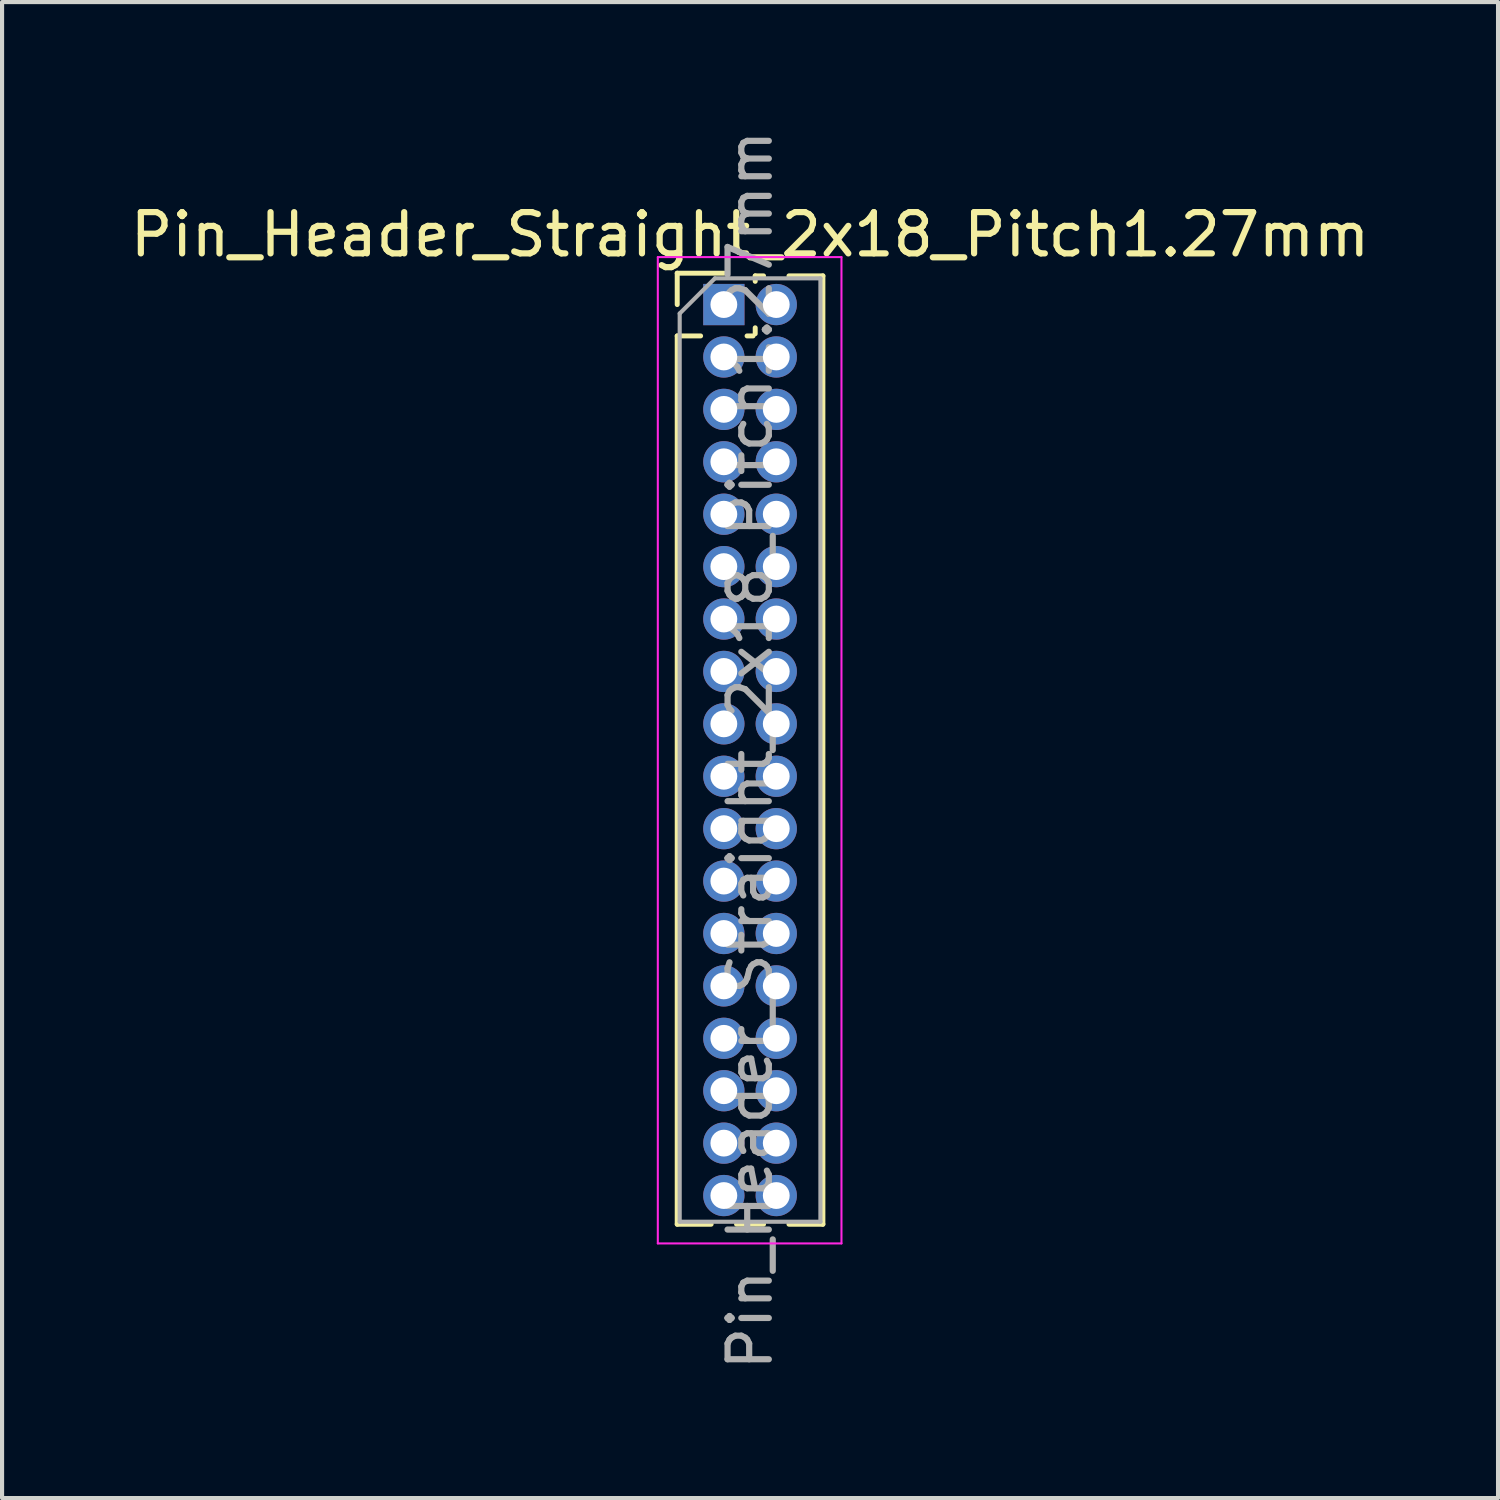
<source format=kicad_pcb>
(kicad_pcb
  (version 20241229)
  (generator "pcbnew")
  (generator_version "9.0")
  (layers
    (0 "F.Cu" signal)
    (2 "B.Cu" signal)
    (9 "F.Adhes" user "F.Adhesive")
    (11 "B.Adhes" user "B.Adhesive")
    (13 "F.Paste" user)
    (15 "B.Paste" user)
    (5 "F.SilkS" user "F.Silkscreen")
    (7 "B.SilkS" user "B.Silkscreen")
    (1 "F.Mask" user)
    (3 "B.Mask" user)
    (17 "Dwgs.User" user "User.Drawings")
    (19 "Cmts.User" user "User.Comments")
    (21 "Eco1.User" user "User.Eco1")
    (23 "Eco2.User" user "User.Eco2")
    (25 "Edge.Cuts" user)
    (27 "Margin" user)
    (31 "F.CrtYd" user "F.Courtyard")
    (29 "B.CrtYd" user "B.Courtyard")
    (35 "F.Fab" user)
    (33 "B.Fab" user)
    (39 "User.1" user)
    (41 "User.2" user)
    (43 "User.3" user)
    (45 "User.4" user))
  (footprint "Pin_Header_Straight_2x18_Pitch1.27mm"
    (layer "F.Cu")
    (at 14.49 4.33)
    (property "Reference" "Pin_Header_Straight_2x18_Pitch1.27mm" (at 0.635 -1.695 0) (layer "F.SilkS") (effects (font (size 1 1) (thickness 0.15))))
    (attr through_hole)
    (fp_line (start -1.13 -0.76) (end 0 -0.76) (stroke (width 0.12) (type solid)) (layer "F.SilkS"))
    (fp_line (start -1.13 0) (end -1.13 -0.76) (stroke (width 0.12) (type solid)) (layer "F.SilkS"))
    (fp_line (start -1.13 0.76) (end -1.13 22.285) (stroke (width 0.12) (type solid)) (layer "F.SilkS"))
    (fp_line (start -1.13 0.76) (end -0.563 0.76) (stroke (width 0.12) (type solid)) (layer "F.SilkS"))
    (fp_line (start -1.13 22.285) (end -0.308 22.285) (stroke (width 0.12) (type solid)) (layer "F.SilkS"))
    (fp_line (start 0.308 22.285) (end 0.962 22.285) (stroke (width 0.12) (type solid)) (layer "F.SilkS"))
    (fp_line (start 0.563 0.76) (end 0.707 0.76) (stroke (width 0.12) (type solid)) (layer "F.SilkS"))
    (fp_line (start 0.76 -0.695) (end 0.962 -0.695) (stroke (width 0.12) (type solid)) (layer "F.SilkS"))
    (fp_line (start 0.76 -0.563) (end 0.76 -0.695) (stroke (width 0.12) (type solid)) (layer "F.SilkS"))
    (fp_line (start 0.76 0.707) (end 0.76 0.563) (stroke (width 0.12) (type solid)) (layer "F.SilkS"))
    (fp_line (start 1.578 -0.695) (end 2.4 -0.695) (stroke (width 0.12) (type solid)) (layer "F.SilkS"))
    (fp_line (start 1.578 22.285) (end 2.4 22.285) (stroke (width 0.12) (type solid)) (layer "F.SilkS"))
    (fp_line (start 2.4 -0.695) (end 2.4 22.285) (stroke (width 0.12) (type solid)) (layer "F.SilkS"))
    (fp_line (start -1.6 -1.15) (end -1.6 22.75) (stroke (width 0.05) (type solid)) (layer "F.CrtYd"))
    (fp_line (start -1.6 22.75) (end 2.85 22.75) (stroke (width 0.05) (type solid)) (layer "F.CrtYd"))
    (fp_line (start 2.85 -1.15) (end -1.6 -1.15) (stroke (width 0.05) (type solid)) (layer "F.CrtYd"))
    (fp_line (start 2.85 22.75) (end 2.85 -1.15) (stroke (width 0.05) (type solid)) (layer "F.CrtYd"))
    (fp_line (start -1.07 0.217) (end -0.217 -0.635) (stroke (width 0.1) (type solid)) (layer "F.Fab"))
    (fp_line (start -1.07 22.225) (end -1.07 0.217) (stroke (width 0.1) (type solid)) (layer "F.Fab"))
    (fp_line (start -0.217 -0.635) (end 2.34 -0.635) (stroke (width 0.1) (type solid)) (layer "F.Fab"))
    (fp_line (start 2.34 -0.635) (end 2.34 22.225) (stroke (width 0.1) (type solid)) (layer "F.Fab"))
    (fp_line (start 2.34 22.225) (end -1.07 22.225) (stroke (width 0.1) (type solid)) (layer "F.Fab"))
    (fp_text user "${REFERENCE}" (at 0.635 10.795 90) (layer "F.Fab") (effects (font (size 1 1) (thickness 0.15))))
    (pad "1" thru_hole rect (at 0 0) (size 1 1) (drill 0.65) (layers "*.Cu" "*.Mask"))
    (pad "2" thru_hole oval (at 1.27 0) (size 1 1) (drill 0.65) (layers "*.Cu" "*.Mask"))
    (pad "3" thru_hole oval (at 0 1.27) (size 1 1) (drill 0.65) (layers "*.Cu" "*.Mask"))
    (pad "4" thru_hole oval (at 1.27 1.27) (size 1 1) (drill 0.65) (layers "*.Cu" "*.Mask"))
    (pad "5" thru_hole oval (at 0 2.54) (size 1 1) (drill 0.65) (layers "*.Cu" "*.Mask"))
    (pad "6" thru_hole oval (at 1.27 2.54) (size 1 1) (drill 0.65) (layers "*.Cu" "*.Mask"))
    (pad "7" thru_hole oval (at 0 3.81) (size 1 1) (drill 0.65) (layers "*.Cu" "*.Mask"))
    (pad "8" thru_hole oval (at 1.27 3.81) (size 1 1) (drill 0.65) (layers "*.Cu" "*.Mask"))
    (pad "9" thru_hole oval (at 0 5.08) (size 1 1) (drill 0.65) (layers "*.Cu" "*.Mask"))
    (pad "10" thru_hole oval (at 1.27 5.08) (size 1 1) (drill 0.65) (layers "*.Cu" "*.Mask"))
    (pad "11" thru_hole oval (at 0 6.35) (size 1 1) (drill 0.65) (layers "*.Cu" "*.Mask"))
    (pad "12" thru_hole oval (at 1.27 6.35) (size 1 1) (drill 0.65) (layers "*.Cu" "*.Mask"))
    (pad "13" thru_hole oval (at 0 7.62) (size 1 1) (drill 0.65) (layers "*.Cu" "*.Mask"))
    (pad "14" thru_hole oval (at 1.27 7.62) (size 1 1) (drill 0.65) (layers "*.Cu" "*.Mask"))
    (pad "15" thru_hole oval (at 0 8.89) (size 1 1) (drill 0.65) (layers "*.Cu" "*.Mask"))
    (pad "16" thru_hole oval (at 1.27 8.89) (size 1 1) (drill 0.65) (layers "*.Cu" "*.Mask"))
    (pad "17" thru_hole oval (at 0 10.16) (size 1 1) (drill 0.65) (layers "*.Cu" "*.Mask"))
    (pad "18" thru_hole oval (at 1.27 10.16) (size 1 1) (drill 0.65) (layers "*.Cu" "*.Mask"))
    (pad "19" thru_hole oval (at 0 11.43) (size 1 1) (drill 0.65) (layers "*.Cu" "*.Mask"))
    (pad "20" thru_hole oval (at 1.27 11.43) (size 1 1) (drill 0.65) (layers "*.Cu" "*.Mask"))
    (pad "21" thru_hole oval (at 0 12.7) (size 1 1) (drill 0.65) (layers "*.Cu" "*.Mask"))
    (pad "22" thru_hole oval (at 1.27 12.7) (size 1 1) (drill 0.65) (layers "*.Cu" "*.Mask"))
    (pad "23" thru_hole oval (at 0 13.97) (size 1 1) (drill 0.65) (layers "*.Cu" "*.Mask"))
    (pad "24" thru_hole oval (at 1.27 13.97) (size 1 1) (drill 0.65) (layers "*.Cu" "*.Mask"))
    (pad "25" thru_hole oval (at 0 15.24) (size 1 1) (drill 0.65) (layers "*.Cu" "*.Mask"))
    (pad "26" thru_hole oval (at 1.27 15.24) (size 1 1) (drill 0.65) (layers "*.Cu" "*.Mask"))
    (pad "27" thru_hole oval (at 0 16.51) (size 1 1) (drill 0.65) (layers "*.Cu" "*.Mask"))
    (pad "28" thru_hole oval (at 1.27 16.51) (size 1 1) (drill 0.65) (layers "*.Cu" "*.Mask"))
    (pad "29" thru_hole oval (at 0 17.78) (size 1 1) (drill 0.65) (layers "*.Cu" "*.Mask"))
    (pad "30" thru_hole oval (at 1.27 17.78) (size 1 1) (drill 0.65) (layers "*.Cu" "*.Mask"))
    (pad "31" thru_hole oval (at 0 19.05) (size 1 1) (drill 0.65) (layers "*.Cu" "*.Mask"))
    (pad "32" thru_hole oval (at 1.27 19.05) (size 1 1) (drill 0.65) (layers "*.Cu" "*.Mask"))
    (pad "33" thru_hole oval (at 0 20.32) (size 1 1) (drill 0.65) (layers "*.Cu" "*.Mask"))
    (pad "34" thru_hole oval (at 1.27 20.32) (size 1 1) (drill 0.65) (layers "*.Cu" "*.Mask"))
    (pad "35" thru_hole oval (at 0 21.59) (size 1 1) (drill 0.65) (layers "*.Cu" "*.Mask"))
    (pad "36" thru_hole oval (at 1.27 21.59) (size 1 1) (drill 0.65) (layers "*.Cu" "*.Mask")))
  (gr_rect
    (start -3 -3)
    (end 33.25 33.25)
    (stroke (width 0.1) (type default))
    (fill no)
    (layer "Edge.Cuts")))
</source>
